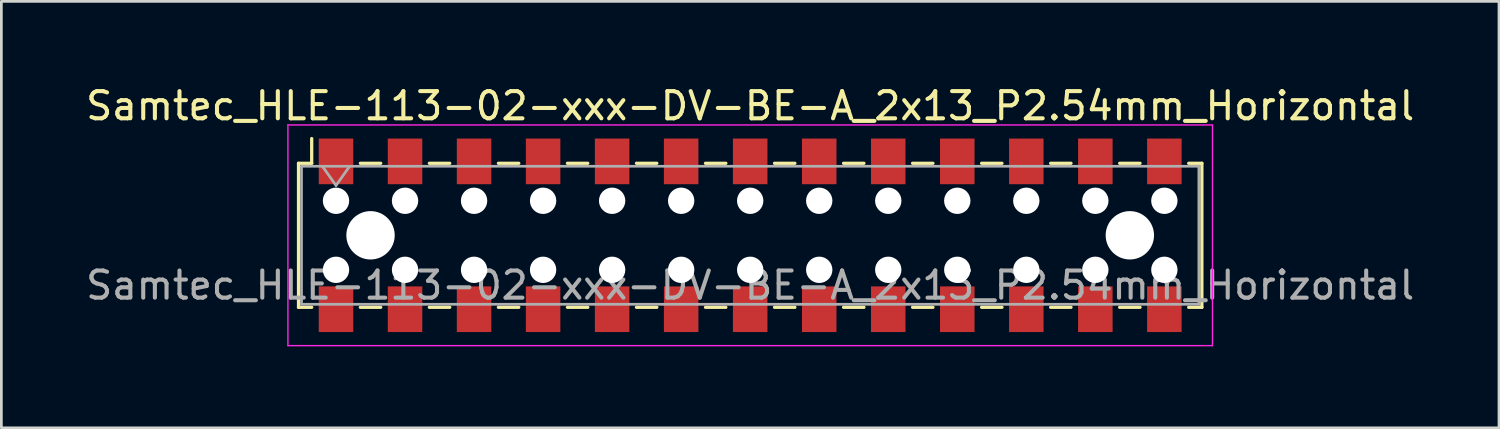
<source format=kicad_pcb>
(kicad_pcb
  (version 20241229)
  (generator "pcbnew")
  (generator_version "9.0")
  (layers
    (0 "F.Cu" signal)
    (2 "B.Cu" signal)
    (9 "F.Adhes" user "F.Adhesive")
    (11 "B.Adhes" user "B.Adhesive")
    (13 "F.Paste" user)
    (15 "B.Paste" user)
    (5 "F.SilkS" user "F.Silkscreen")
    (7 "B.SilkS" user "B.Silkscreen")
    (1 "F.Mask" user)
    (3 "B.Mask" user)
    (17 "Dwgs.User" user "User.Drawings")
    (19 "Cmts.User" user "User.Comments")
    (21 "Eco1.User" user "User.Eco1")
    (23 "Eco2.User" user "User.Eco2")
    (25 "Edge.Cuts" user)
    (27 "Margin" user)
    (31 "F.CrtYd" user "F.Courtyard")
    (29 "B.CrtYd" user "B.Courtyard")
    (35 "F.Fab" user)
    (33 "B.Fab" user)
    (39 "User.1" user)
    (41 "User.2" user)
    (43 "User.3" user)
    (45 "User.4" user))
  (footprint "Samtec_HLE-113-02-xxx-DV-BE-A_2x13_P2.54mm_Horizontal"
    (layer "F.Cu")
    (at 24.554 5.608)
    (property "Reference" "Samtec_HLE-113-02-xxx-DV-BE-A_2x13_P2.54mm_Horizontal" (at 0 -4.76 0) (layer "F.SilkS") (effects (font (size 1 1) (thickness 0.15))))
    (attr smd)
    (fp_line (start -16.62 -2.65) (end -16.62 2.65) (stroke (width 0.12) (type solid)) (layer "F.SilkS"))
    (fp_line (start -16.62 2.65) (end -16.135 2.65) (stroke (width 0.12) (type solid)) (layer "F.SilkS"))
    (fp_line (start -16.135 -3.56) (end -16.135 -2.65) (stroke (width 0.12) (type solid)) (layer "F.SilkS"))
    (fp_line (start -16.135 -2.65) (end -16.62 -2.65) (stroke (width 0.12) (type solid)) (layer "F.SilkS"))
    (fp_line (start -14.345 -2.65) (end -13.595 -2.65) (stroke (width 0.12) (type solid)) (layer "F.SilkS"))
    (fp_line (start -14.345 2.65) (end -13.595 2.65) (stroke (width 0.12) (type solid)) (layer "F.SilkS"))
    (fp_line (start -11.805 -2.65) (end -11.055 -2.65) (stroke (width 0.12) (type solid)) (layer "F.SilkS"))
    (fp_line (start -11.805 2.65) (end -11.055 2.65) (stroke (width 0.12) (type solid)) (layer "F.SilkS"))
    (fp_line (start -9.265 -2.65) (end -8.515 -2.65) (stroke (width 0.12) (type solid)) (layer "F.SilkS"))
    (fp_line (start -9.265 2.65) (end -8.515 2.65) (stroke (width 0.12) (type solid)) (layer "F.SilkS"))
    (fp_line (start -6.725 -2.65) (end -5.975 -2.65) (stroke (width 0.12) (type solid)) (layer "F.SilkS"))
    (fp_line (start -6.725 2.65) (end -5.975 2.65) (stroke (width 0.12) (type solid)) (layer "F.SilkS"))
    (fp_line (start -4.185 -2.65) (end -3.435 -2.65) (stroke (width 0.12) (type solid)) (layer "F.SilkS"))
    (fp_line (start -4.185 2.65) (end -3.435 2.65) (stroke (width 0.12) (type solid)) (layer "F.SilkS"))
    (fp_line (start -1.645 -2.65) (end -0.895 -2.65) (stroke (width 0.12) (type solid)) (layer "F.SilkS"))
    (fp_line (start -1.645 2.65) (end -0.895 2.65) (stroke (width 0.12) (type solid)) (layer "F.SilkS"))
    (fp_line (start 0.895 -2.65) (end 1.645 -2.65) (stroke (width 0.12) (type solid)) (layer "F.SilkS"))
    (fp_line (start 0.895 2.65) (end 1.645 2.65) (stroke (width 0.12) (type solid)) (layer "F.SilkS"))
    (fp_line (start 3.435 -2.65) (end 4.185 -2.65) (stroke (width 0.12) (type solid)) (layer "F.SilkS"))
    (fp_line (start 3.435 2.65) (end 4.185 2.65) (stroke (width 0.12) (type solid)) (layer "F.SilkS"))
    (fp_line (start 5.975 -2.65) (end 6.725 -2.65) (stroke (width 0.12) (type solid)) (layer "F.SilkS"))
    (fp_line (start 5.975 2.65) (end 6.725 2.65) (stroke (width 0.12) (type solid)) (layer "F.SilkS"))
    (fp_line (start 8.515 -2.65) (end 9.265 -2.65) (stroke (width 0.12) (type solid)) (layer "F.SilkS"))
    (fp_line (start 8.515 2.65) (end 9.265 2.65) (stroke (width 0.12) (type solid)) (layer "F.SilkS"))
    (fp_line (start 11.055 -2.65) (end 11.805 -2.65) (stroke (width 0.12) (type solid)) (layer "F.SilkS"))
    (fp_line (start 11.055 2.65) (end 11.805 2.65) (stroke (width 0.12) (type solid)) (layer "F.SilkS"))
    (fp_line (start 13.595 -2.65) (end 14.345 -2.65) (stroke (width 0.12) (type solid)) (layer "F.SilkS"))
    (fp_line (start 13.595 2.65) (end 14.345 2.65) (stroke (width 0.12) (type solid)) (layer "F.SilkS"))
    (fp_line (start 16.135 -2.65) (end 16.62 -2.65) (stroke (width 0.12) (type solid)) (layer "F.SilkS"))
    (fp_line (start 16.62 -2.65) (end 16.62 2.65) (stroke (width 0.12) (type solid)) (layer "F.SilkS"))
    (fp_line (start 16.62 2.65) (end 16.135 2.65) (stroke (width 0.12) (type solid)) (layer "F.SilkS"))
    (fp_line (start -17.01 -4.06) (end 17.01 -4.06) (stroke (width 0.05) (type solid)) (layer "F.CrtYd"))
    (fp_line (start -17.01 4.06) (end -17.01 -4.06) (stroke (width 0.05) (type solid)) (layer "F.CrtYd"))
    (fp_line (start 17.01 -4.06) (end 17.01 4.06) (stroke (width 0.05) (type solid)) (layer "F.CrtYd"))
    (fp_line (start 17.01 4.06) (end -17.01 4.06) (stroke (width 0.05) (type solid)) (layer "F.CrtYd"))
    (fp_line (start -16.51 -2.54) (end 16.51 -2.54) (stroke (width 0.1) (type solid)) (layer "F.Fab"))
    (fp_line (start -16.51 2.54) (end -16.51 -2.54) (stroke (width 0.1) (type solid)) (layer "F.Fab"))
    (fp_line (start -15.74 -2.54) (end -15.24 -1.833) (stroke (width 0.1) (type solid)) (layer "F.Fab"))
    (fp_line (start -15.24 -1.833) (end -14.74 -2.54) (stroke (width 0.1) (type solid)) (layer "F.Fab"))
    (fp_line (start 16.51 -2.54) (end 16.51 2.54) (stroke (width 0.1) (type solid)) (layer "F.Fab"))
    (fp_line (start 16.51 2.54) (end -16.51 2.54) (stroke (width 0.1) (type solid)) (layer "F.Fab"))
    (fp_text user "${REFERENCE}" (at 0 1.84 0) (layer "F.Fab") (effects (font (size 1 1) (thickness 0.15))))
    (pad "" np_thru_hole circle (at -15.24 -1.27) (size 0.97 0.97) (drill 0.97) (layers "*.Cu" "*.Mask"))
    (pad "" np_thru_hole circle (at -15.24 1.27) (size 0.97 0.97) (drill 0.97) (layers "*.Cu" "*.Mask"))
    (pad "" np_thru_hole circle (at -13.97 0) (size 1.78 1.78) (drill 1.78) (layers "*.Cu" "*.Mask"))
    (pad "" np_thru_hole circle (at -12.7 -1.27) (size 0.97 0.97) (drill 0.97) (layers "*.Cu" "*.Mask"))
    (pad "" np_thru_hole circle (at -12.7 1.27) (size 0.97 0.97) (drill 0.97) (layers "*.Cu" "*.Mask"))
    (pad "" np_thru_hole circle (at -10.16 -1.27) (size 0.97 0.97) (drill 0.97) (layers "*.Cu" "*.Mask"))
    (pad "" np_thru_hole circle (at -10.16 1.27) (size 0.97 0.97) (drill 0.97) (layers "*.Cu" "*.Mask"))
    (pad "" np_thru_hole circle (at -7.62 -1.27) (size 0.97 0.97) (drill 0.97) (layers "*.Cu" "*.Mask"))
    (pad "" np_thru_hole circle (at -7.62 1.27) (size 0.97 0.97) (drill 0.97) (layers "*.Cu" "*.Mask"))
    (pad "" np_thru_hole circle (at -5.08 -1.27) (size 0.97 0.97) (drill 0.97) (layers "*.Cu" "*.Mask"))
    (pad "" np_thru_hole circle (at -5.08 1.27) (size 0.97 0.97) (drill 0.97) (layers "*.Cu" "*.Mask"))
    (pad "" np_thru_hole circle (at -2.54 -1.27) (size 0.97 0.97) (drill 0.97) (layers "*.Cu" "*.Mask"))
    (pad "" np_thru_hole circle (at -2.54 1.27) (size 0.97 0.97) (drill 0.97) (layers "*.Cu" "*.Mask"))
    (pad "" np_thru_hole circle (at 0 -1.27) (size 0.97 0.97) (drill 0.97) (layers "*.Cu" "*.Mask"))
    (pad "" np_thru_hole circle (at 0 1.27) (size 0.97 0.97) (drill 0.97) (layers "*.Cu" "*.Mask"))
    (pad "" np_thru_hole circle (at 2.54 -1.27) (size 0.97 0.97) (drill 0.97) (layers "*.Cu" "*.Mask"))
    (pad "" np_thru_hole circle (at 2.54 1.27) (size 0.97 0.97) (drill 0.97) (layers "*.Cu" "*.Mask"))
    (pad "" np_thru_hole circle (at 5.08 -1.27) (size 0.97 0.97) (drill 0.97) (layers "*.Cu" "*.Mask"))
    (pad "" np_thru_hole circle (at 5.08 1.27) (size 0.97 0.97) (drill 0.97) (layers "*.Cu" "*.Mask"))
    (pad "" np_thru_hole circle (at 7.62 -1.27) (size 0.97 0.97) (drill 0.97) (layers "*.Cu" "*.Mask"))
    (pad "" np_thru_hole circle (at 7.62 1.27) (size 0.97 0.97) (drill 0.97) (layers "*.Cu" "*.Mask"))
    (pad "" np_thru_hole circle (at 10.16 -1.27) (size 0.97 0.97) (drill 0.97) (layers "*.Cu" "*.Mask"))
    (pad "" np_thru_hole circle (at 10.16 1.27) (size 0.97 0.97) (drill 0.97) (layers "*.Cu" "*.Mask"))
    (pad "" np_thru_hole circle (at 12.7 -1.27) (size 0.97 0.97) (drill 0.97) (layers "*.Cu" "*.Mask"))
    (pad "" np_thru_hole circle (at 12.7 1.27) (size 0.97 0.97) (drill 0.97) (layers "*.Cu" "*.Mask"))
    (pad "" np_thru_hole circle (at 13.97 0) (size 1.78 1.78) (drill 1.78) (layers "*.Cu" "*.Mask"))
    (pad "" np_thru_hole circle (at 15.24 -1.27) (size 0.97 0.97) (drill 0.97) (layers "*.Cu" "*.Mask"))
    (pad "" np_thru_hole circle (at 15.24 1.27) (size 0.97 0.97) (drill 0.97) (layers "*.Cu" "*.Mask"))
    (pad "1" smd rect (at -15.24 -2.72) (size 1.27 1.68) (layers "F.Cu" "F.Mask" "F.Paste"))
    (pad "2" smd rect (at -15.24 2.72) (size 1.27 1.68) (layers "F.Cu" "F.Mask" "F.Paste"))
    (pad "3" smd rect (at -12.7 -2.72) (size 1.27 1.68) (layers "F.Cu" "F.Mask" "F.Paste"))
    (pad "4" smd rect (at -12.7 2.72) (size 1.27 1.68) (layers "F.Cu" "F.Mask" "F.Paste"))
    (pad "5" smd rect (at -10.16 -2.72) (size 1.27 1.68) (layers "F.Cu" "F.Mask" "F.Paste"))
    (pad "6" smd rect (at -10.16 2.72) (size 1.27 1.68) (layers "F.Cu" "F.Mask" "F.Paste"))
    (pad "7" smd rect (at -7.62 -2.72) (size 1.27 1.68) (layers "F.Cu" "F.Mask" "F.Paste"))
    (pad "8" smd rect (at -7.62 2.72) (size 1.27 1.68) (layers "F.Cu" "F.Mask" "F.Paste"))
    (pad "9" smd rect (at -5.08 -2.72) (size 1.27 1.68) (layers "F.Cu" "F.Mask" "F.Paste"))
    (pad "10" smd rect (at -5.08 2.72) (size 1.27 1.68) (layers "F.Cu" "F.Mask" "F.Paste"))
    (pad "11" smd rect (at -2.54 -2.72) (size 1.27 1.68) (layers "F.Cu" "F.Mask" "F.Paste"))
    (pad "12" smd rect (at -2.54 2.72) (size 1.27 1.68) (layers "F.Cu" "F.Mask" "F.Paste"))
    (pad "13" smd rect (at 0 -2.72) (size 1.27 1.68) (layers "F.Cu" "F.Mask" "F.Paste"))
    (pad "14" smd rect (at 0 2.72) (size 1.27 1.68) (layers "F.Cu" "F.Mask" "F.Paste"))
    (pad "15" smd rect (at 2.54 -2.72) (size 1.27 1.68) (layers "F.Cu" "F.Mask" "F.Paste"))
    (pad "16" smd rect (at 2.54 2.72) (size 1.27 1.68) (layers "F.Cu" "F.Mask" "F.Paste"))
    (pad "17" smd rect (at 5.08 -2.72) (size 1.27 1.68) (layers "F.Cu" "F.Mask" "F.Paste"))
    (pad "18" smd rect (at 5.08 2.72) (size 1.27 1.68) (layers "F.Cu" "F.Mask" "F.Paste"))
    (pad "19" smd rect (at 7.62 -2.72) (size 1.27 1.68) (layers "F.Cu" "F.Mask" "F.Paste"))
    (pad "20" smd rect (at 7.62 2.72) (size 1.27 1.68) (layers "F.Cu" "F.Mask" "F.Paste"))
    (pad "21" smd rect (at 10.16 -2.72) (size 1.27 1.68) (layers "F.Cu" "F.Mask" "F.Paste"))
    (pad "22" smd rect (at 10.16 2.72) (size 1.27 1.68) (layers "F.Cu" "F.Mask" "F.Paste"))
    (pad "23" smd rect (at 12.7 -2.72) (size 1.27 1.68) (layers "F.Cu" "F.Mask" "F.Paste"))
    (pad "24" smd rect (at 12.7 2.72) (size 1.27 1.68) (layers "F.Cu" "F.Mask" "F.Paste"))
    (pad "25" smd rect (at 15.24 -2.72) (size 1.27 1.68) (layers "F.Cu" "F.Mask" "F.Paste"))
    (pad "26" smd rect (at 15.24 2.72) (size 1.27 1.68) (layers "F.Cu" "F.Mask" "F.Paste")))
  (gr_rect
    (start -3 -3)
    (end 52.107 12.693)
    (stroke (width 0.1) (type default))
    (fill no)
    (layer "Edge.Cuts")))
</source>
